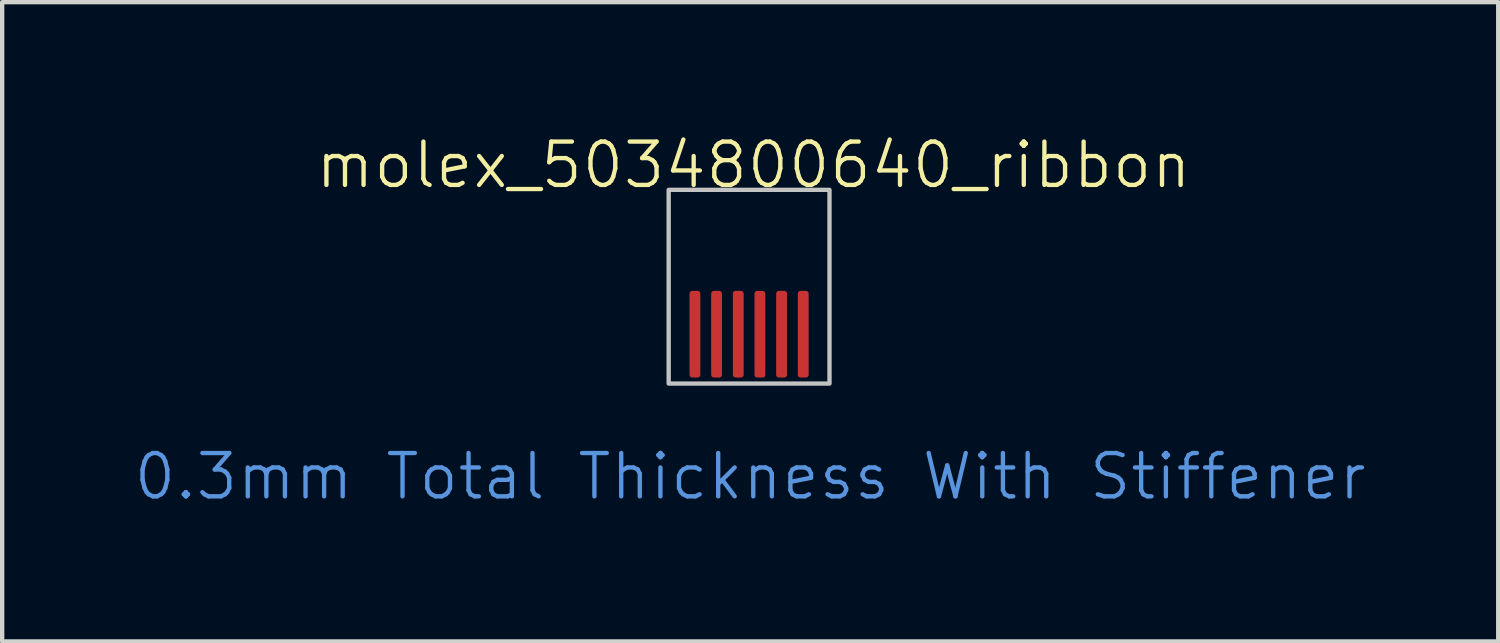
<source format=kicad_pcb>
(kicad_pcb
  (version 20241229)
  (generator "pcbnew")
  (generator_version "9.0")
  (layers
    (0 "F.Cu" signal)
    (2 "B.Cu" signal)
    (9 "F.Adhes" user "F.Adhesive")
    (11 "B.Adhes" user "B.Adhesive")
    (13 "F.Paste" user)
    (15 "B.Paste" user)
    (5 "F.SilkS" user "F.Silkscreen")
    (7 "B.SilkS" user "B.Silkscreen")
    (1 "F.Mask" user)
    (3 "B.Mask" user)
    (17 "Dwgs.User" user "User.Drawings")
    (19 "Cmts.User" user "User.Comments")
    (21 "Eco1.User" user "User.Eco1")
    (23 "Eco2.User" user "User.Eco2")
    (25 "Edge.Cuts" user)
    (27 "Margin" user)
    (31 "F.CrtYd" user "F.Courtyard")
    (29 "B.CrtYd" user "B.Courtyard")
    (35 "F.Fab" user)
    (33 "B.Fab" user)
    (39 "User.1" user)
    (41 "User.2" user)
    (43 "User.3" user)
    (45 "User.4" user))
  (footprint "molex_5034800640_ribbon"
    (layer "F.Cu")
    (at 14.239 4.164)
    (property "Reference" "molex_5034800640_ribbon" (at 0.102 -3.404 0) (unlocked yes) (layer "F.SilkS") (effects (font (size 1 1) (thickness 0.1))))
    (attr smd exclude_from_bom dnp)
    (fp_poly (pts (xy 1.856 1.639) (xy -1.856 1.639) (xy -1.856 -2.832) (xy 1.856 -2.832)) (stroke (width 0.1) (type solid)) (fill no) (layer "Dwgs.User"))
    (fp_text user "0.3mm Total Thickness With Stiffener" (at 0.025 4.369 0) (unlocked yes) (layer "Cmts.User") (effects (font (size 1 1) (thickness 0.1)) (justify bottom)))
    (pad "1" connect roundrect (at 1.25 0.5) (size 0.25 2) (layers "F.Cu" "F.Mask") (roundrect_rratio 0.25))
    (pad "2" connect roundrect (at 0.75 0.5) (size 0.25 2) (layers "F.Cu" "F.Mask") (roundrect_rratio 0.25))
    (pad "3" connect roundrect (at 0.25 0.5) (size 0.25 2) (layers "F.Cu" "F.Mask") (roundrect_rratio 0.25))
    (pad "4" connect roundrect (at -0.25 0.5) (size 0.25 2) (layers "F.Cu" "F.Mask") (roundrect_rratio 0.25))
    (pad "5" connect roundrect (at -0.75 0.5) (size 0.25 2) (layers "F.Cu" "F.Mask") (roundrect_rratio 0.25))
    (pad "6" connect roundrect (at -1.25 0.5) (size 0.25 2) (layers "F.Cu" "F.Mask") (roundrect_rratio 0.25)))
  (gr_rect
    (start -3 -3)
    (end 31.529 11.754)
    (stroke (width 0.1) (type default))
    (fill no)
    (layer "Edge.Cuts")))
</source>
